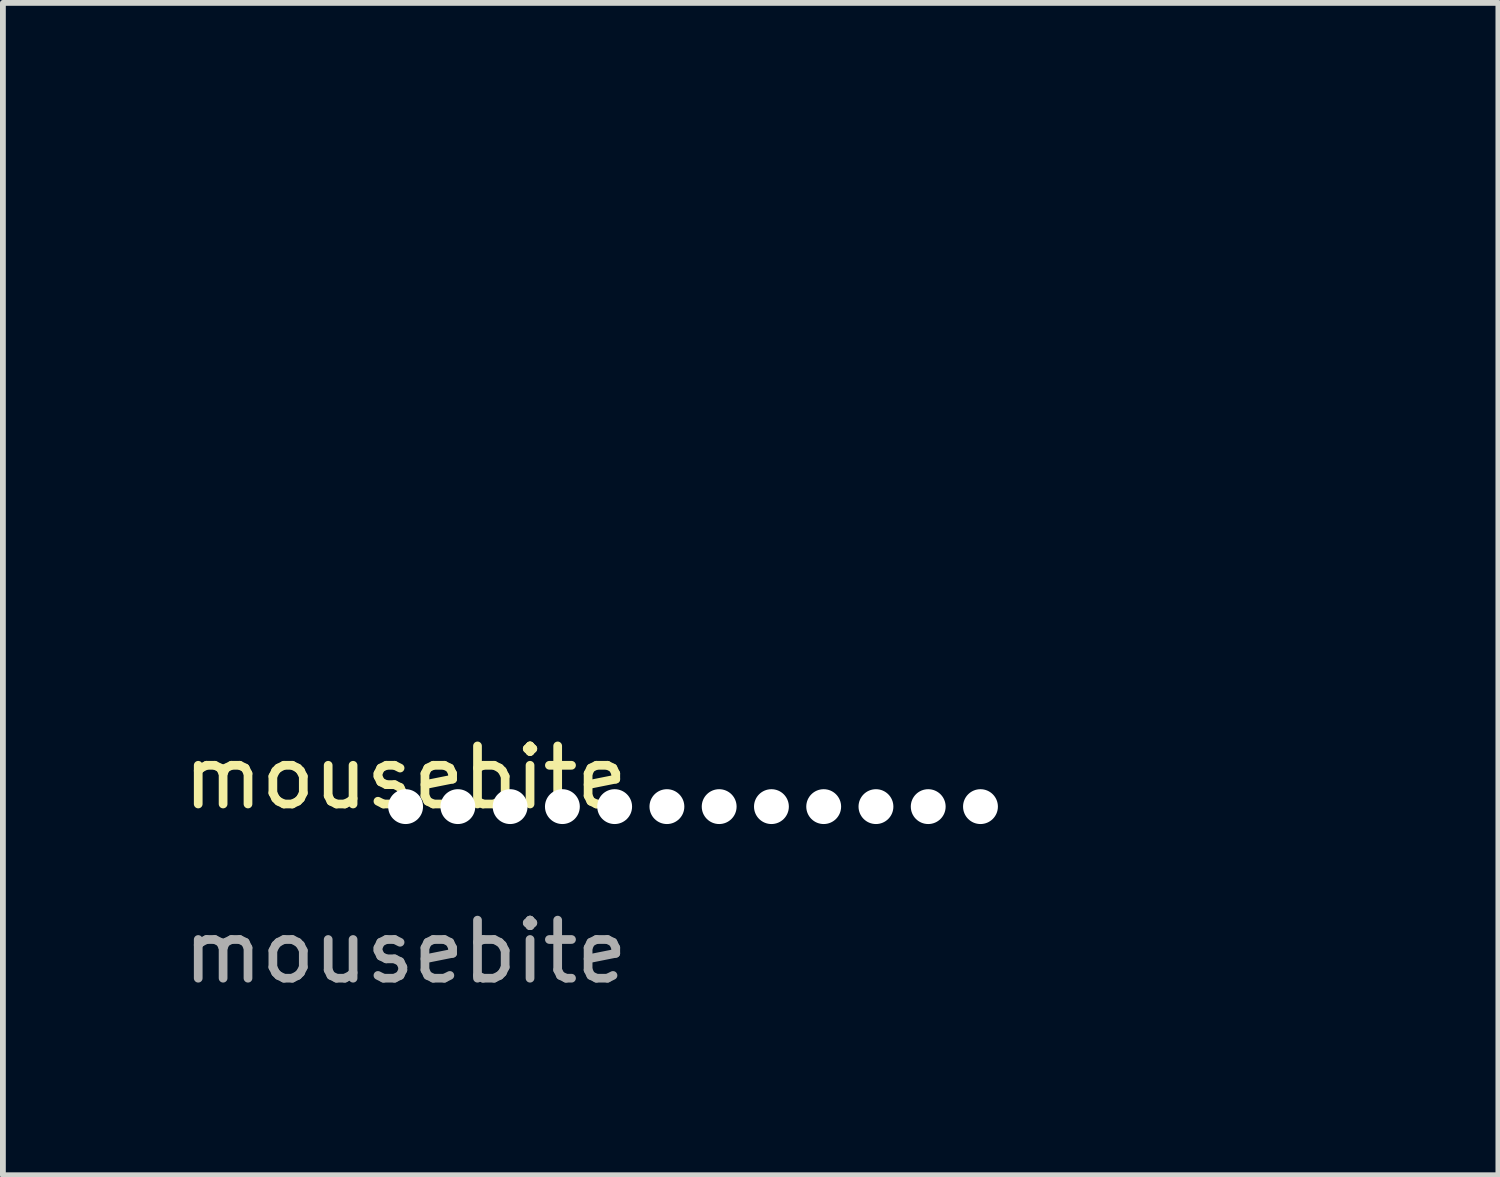
<source format=kicad_pcb>
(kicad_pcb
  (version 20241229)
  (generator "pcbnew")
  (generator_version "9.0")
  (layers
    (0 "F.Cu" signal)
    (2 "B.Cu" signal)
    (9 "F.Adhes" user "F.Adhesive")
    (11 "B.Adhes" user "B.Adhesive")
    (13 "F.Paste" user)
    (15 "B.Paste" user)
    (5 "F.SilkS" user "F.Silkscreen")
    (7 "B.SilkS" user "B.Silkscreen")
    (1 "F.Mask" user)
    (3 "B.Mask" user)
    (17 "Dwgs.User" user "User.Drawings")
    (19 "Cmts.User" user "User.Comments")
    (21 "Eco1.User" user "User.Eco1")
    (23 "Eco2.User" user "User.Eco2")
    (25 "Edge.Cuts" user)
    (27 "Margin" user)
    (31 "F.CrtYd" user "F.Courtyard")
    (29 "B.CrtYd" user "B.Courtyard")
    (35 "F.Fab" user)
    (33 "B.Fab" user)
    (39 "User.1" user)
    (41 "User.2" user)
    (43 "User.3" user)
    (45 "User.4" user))
  (footprint "e3w2q_icon_rev3"
    (layer "F.Cu")
    (at 9.877 3)
    (property "Reference" "e3w2q_icon_rev3" (at 0 0 0) (layer "F.Mask") (effects (font (size 1.524 1.524) (thickness 0.3))))
    (attr through_hole)
    (zone (net_name "") (layer "B.Cu") (hatch edge 0.508) (connect_pads) (min_thickness 0.254) (filled_areas_thickness no) (keepout (tracks not_allowed) (vias not_allowed) (pads not_allowed) (copperpour not_allowed) (footprints allowed)) (placement (enabled no)) (fill) (polygon (pts (xy 8.321 4.81) (xy 8.321 5.779) (xy 8.559 5.779) (xy 8.559 4.81))))
    (zone (net_name "") (layer "B.Cu") (hatch edge 0.508) (connect_pads) (min_thickness 0.254) (filled_areas_thickness no) (keepout (tracks not_allowed) (vias not_allowed) (pads not_allowed) (copperpour not_allowed) (footprints allowed)) (placement (enabled no)) (fill) (polygon (pts (xy 8.559 2.889) (xy 8.321 2.889) (xy 8.321 3.127) (xy 8.559 3.127))))
    (zone (net_name "") (layer "B.Cu") (hatch edge 0.508) (connect_pads) (min_thickness 0.254) (filled_areas_thickness no) (keepout (tracks not_allowed) (vias not_allowed) (pads not_allowed) (copperpour not_allowed) (footprints allowed)) (placement (enabled no)) (fill) (polygon (pts (xy 8.559 6.255) (xy 8.798 6.255) (xy 8.798 5.779) (xy 8.559 5.779))))
    (zone (net_name "") (layer "B.Cu") (hatch edge 0.508) (connect_pads) (min_thickness 0.254) (filled_areas_thickness no) (keepout (tracks not_allowed) (vias not_allowed) (pads not_allowed) (copperpour not_allowed) (footprints allowed)) (placement (enabled no)) (fill) (polygon (pts (xy 8.798 6.493) (xy 9.036 6.493) (xy 9.036 6.255) (xy 8.798 6.255))))
    (zone (net_name "") (layer "B.Cu") (hatch edge 0.508) (connect_pads) (min_thickness 0.254) (filled_areas_thickness no) (keepout (tracks not_allowed) (vias not_allowed) (pads not_allowed) (copperpour not_allowed) (footprints allowed)) (placement (enabled no)) (fill) (polygon (pts (xy 9.036 3.365) (xy 8.798 3.365) (xy 8.798 3.604) (xy 9.036 3.604))))
    (zone (net_name "") (layer "B.Cu") (hatch edge 0.508) (connect_pads) (min_thickness 0.254) (filled_areas_thickness no) (keepout (tracks not_allowed) (vias not_allowed) (pads not_allowed) (copperpour not_allowed) (footprints allowed)) (placement (enabled no)) (fill) (polygon (pts (xy 9.036 5.779) (xy 9.036 6.255) (xy 9.29 6.255) (xy 9.29 5.779))))
    (zone (net_name "") (layer "B.Cu") (hatch edge 0.508) (connect_pads) (min_thickness 0.254) (filled_areas_thickness no) (keepout (tracks not_allowed) (vias not_allowed) (pads not_allowed) (copperpour not_allowed) (footprints allowed)) (placement (enabled no)) (fill) (polygon (pts (xy 9.528 0.968) (xy 9.036 0.968) (xy 9.036 1.445) (xy 9.528 1.445))))
    (zone (net_name "") (layer "B.Cu") (hatch edge 0.508) (connect_pads) (min_thickness 0.254) (filled_areas_thickness no) (keepout (tracks not_allowed) (vias not_allowed) (pads not_allowed) (copperpour not_allowed) (footprints allowed)) (placement (enabled no)) (fill) (polygon (pts (xy 9.528 5.779) (xy 9.528 5.54) (xy 9.29 5.54) (xy 9.29 5.779))))
    (zone (net_name "") (layer "B.Cu") (hatch edge 0.508) (connect_pads) (min_thickness 0.254) (filled_areas_thickness no) (keepout (tracks not_allowed) (vias not_allowed) (pads not_allowed) (copperpour not_allowed) (footprints allowed)) (placement (enabled no)) (fill) (polygon (pts (xy 10.004 1.921) (xy 9.29 1.921) (xy 9.29 2.159) (xy 10.004 2.159))))
    (zone (net_name "") (layer "B.Cu") (hatch edge 0.508) (connect_pads) (min_thickness 0.254) (filled_areas_thickness no) (keepout (tracks not_allowed) (vias not_allowed) (pads not_allowed) (copperpour not_allowed) (footprints allowed)) (placement (enabled no)) (fill) (polygon (pts (xy 10.48 3.365) (xy 10.242 3.365) (xy 10.242 3.604) (xy 10.48 3.604))))
    (zone (net_name "") (layer "B.Cu") (hatch edge 0.508) (connect_pads) (min_thickness 0.254) (filled_areas_thickness no) (keepout (tracks not_allowed) (vias not_allowed) (pads not_allowed) (copperpour not_allowed) (footprints allowed)) (placement (enabled no)) (fill) (polygon (pts (xy 10.972 2.889) (xy 10.734 2.889) (xy 10.734 3.127) (xy 10.972 3.127))))
    (zone (net_name "") (layer "B.Cu") (hatch edge 0.508) (connect_pads) (min_thickness 0.254) (filled_areas_thickness no) (keepout (tracks not_allowed) (vias not_allowed) (pads not_allowed) (copperpour not_allowed) (footprints allowed)) (placement (enabled no)) (fill) (polygon (pts (xy 10.242 2.651) (xy 9.766 2.651) (xy 9.766 2.413) (xy 9.036 2.413) (xy 9.036 2.889) (xy 10.242 2.889))))
    (zone (net_name "") (layer "B.Cu") (hatch edge 0.508) (connect_pads) (min_thickness 0.254) (filled_areas_thickness no) (keepout (tracks not_allowed) (vias not_allowed) (pads not_allowed) (copperpour not_allowed) (footprints allowed)) (placement (enabled no)) (fill) (polygon (pts (xy 9.766 5.54) (xy 9.766 4.572) (xy 10.004 4.572) (xy 10.004 4.334) (xy 10.734 4.334) (xy 10.734 4.81) (xy 10.972 4.81) (xy 10.972 4.096) (xy 11.211 4.096) (xy 11.211 4.572) (xy 11.449 4.572) (xy 11.449 4.81) (xy 10.972 4.81) (xy 10.734 4.81) (xy 10.734 5.048) (xy 11.687 5.048) (xy 11.687 4.572) (xy 11.449 4.572) (xy 11.449 3.365) (xy 11.687 3.365) (xy 11.687 2.651) (xy 11.449 2.651) (xy 11.449 2.413) (xy 11.211 2.413) (xy 11.211 2.159) (xy 10.48 2.159) (xy 10.48 1.683) (xy 10.734 1.683) (xy 10.734 0.968) (xy 10.48 0.968) (xy 10.48 0) (xy 10.004 0) (xy 10.004 0.238) (xy 9.528 0.238) (xy 9.528 0) (xy 9.036 0) (xy 9.036 0.238) (xy 8.798 0.238) (xy 8.798 0.476) (xy 8.559 0.476) (xy 8.559 0.73) (xy 8.321 0.73) (xy 8.321 0.968) (xy 8.083 0.968) (xy 8.083 1.683) (xy 8.321 1.683) (xy 8.321 1.921) (xy 8.559 1.921) (xy 8.559 2.159) (xy 8.083 2.159) (xy 8.083 2.413) (xy 7.845 2.413) (xy 7.845 2.889) (xy 7.607 2.889) (xy 7.607 3.858) (xy 7.845 3.858) (xy 7.845 2.889) (xy 8.083 2.889) (xy 8.083 2.413) (xy 8.559 2.413) (xy 8.559 2.159) (xy 8.798 2.159) (xy 8.798 1.921) (xy 9.29 1.921) (xy 9.29 1.683) (xy 8.321 1.683) (xy 8.321 0.968) (xy 8.559 0.968) (xy 8.559 0.73) (xy 8.798 0.73) (xy 8.798 0.476) (xy 10.004 0.476) (xy 10.004 0.238) (xy 10.242 0.238) (xy 10.242 1.206) (xy 10.48 1.206) (xy 10.48 1.683) (xy 10.004 1.683) (xy 10.004 1.921) (xy 10.242 1.921) (xy 10.242 2.159) (xy 10.48 2.159) (xy 10.48 2.413) (xy 11.211 2.413) (xy 11.211 2.651) (xy 11.449 2.651) (xy 11.449 3.365) (xy 11.211 3.365) (xy 11.211 3.858) (xy 10.734 3.858) (xy 10.734 4.096) (xy 10.004 4.096) (xy 10.004 4.334) (xy 8.321 4.334) (xy 8.321 4.096) (xy 8.083 4.096) (xy 8.083 3.858) (xy 7.845 3.858) (xy 7.845 4.096) (xy 8.083 4.096) (xy 8.083 4.334) (xy 8.321 4.334) (xy 8.321 4.572) (xy 8.559 4.572) (xy 8.559 4.81) (xy 8.798 4.81) (xy 8.798 4.572) (xy 9.528 4.572) (xy 9.528 5.54)))))
  (footprint "mousebite"
    (layer "F.Cu")
    (at 3.635 11.141)
    (property "Reference" "mousebite" (at 0.3 -0.8 0) (unlocked yes) (layer "F.SilkS") (effects (font (size 1 1) (thickness 0.15))))
    (fp_text user "${REFERENCE}" (at 0.3 2.2 0) (unlocked yes) (layer "F.Fab") (effects (font (size 1 1) (thickness 0.15))))
    (pad "" np_thru_hole circle (at 0.3 -0.3) (size 0.6 0.6) (drill 0.6) (layers "*.Cu" "*.Mask"))
    (pad "" np_thru_hole circle (at 1.2 -0.3) (size 0.6 0.6) (drill 0.6) (layers "*.Cu" "*.Mask"))
    (pad "" np_thru_hole circle (at 2.1 -0.3) (size 0.6 0.6) (drill 0.6) (layers "*.Cu" "*.Mask"))
    (pad "" np_thru_hole circle (at 3 -0.3) (size 0.6 0.6) (drill 0.6) (layers "*.Cu" "*.Mask"))
    (pad "" np_thru_hole circle (at 3.9 -0.3) (size 0.6 0.6) (drill 0.6) (layers "*.Cu" "*.Mask"))
    (pad "" np_thru_hole circle (at 4.8 -0.3) (size 0.6 0.6) (drill 0.6) (layers "*.Cu" "*.Mask"))
    (pad "" np_thru_hole circle (at 5.7 -0.3) (size 0.6 0.6) (drill 0.6) (layers "*.Cu" "*.Mask"))
    (pad "" np_thru_hole circle (at 6.6 -0.3) (size 0.6 0.6) (drill 0.6) (layers "*.Cu" "*.Mask"))
    (pad "" np_thru_hole circle (at 7.5 -0.3) (size 0.6 0.6) (drill 0.6) (layers "*.Cu" "*.Mask"))
    (pad "" np_thru_hole circle (at 8.4 -0.3) (size 0.6 0.6) (drill 0.6) (layers "*.Cu" "*.Mask"))
    (pad "" np_thru_hole circle (at 9.3 -0.3) (size 0.6 0.6) (drill 0.6) (layers "*.Cu" "*.Mask"))
    (pad "" np_thru_hole circle (at 10.2 -0.3) (size 0.6 0.6) (drill 0.6) (layers "*.Cu" "*.Mask")))
  (gr_rect
    (start -3 -3)
    (end 22.754 17.189)
    (stroke (width 0.1) (type default))
    (fill no)
    (layer "Edge.Cuts")))
</source>
